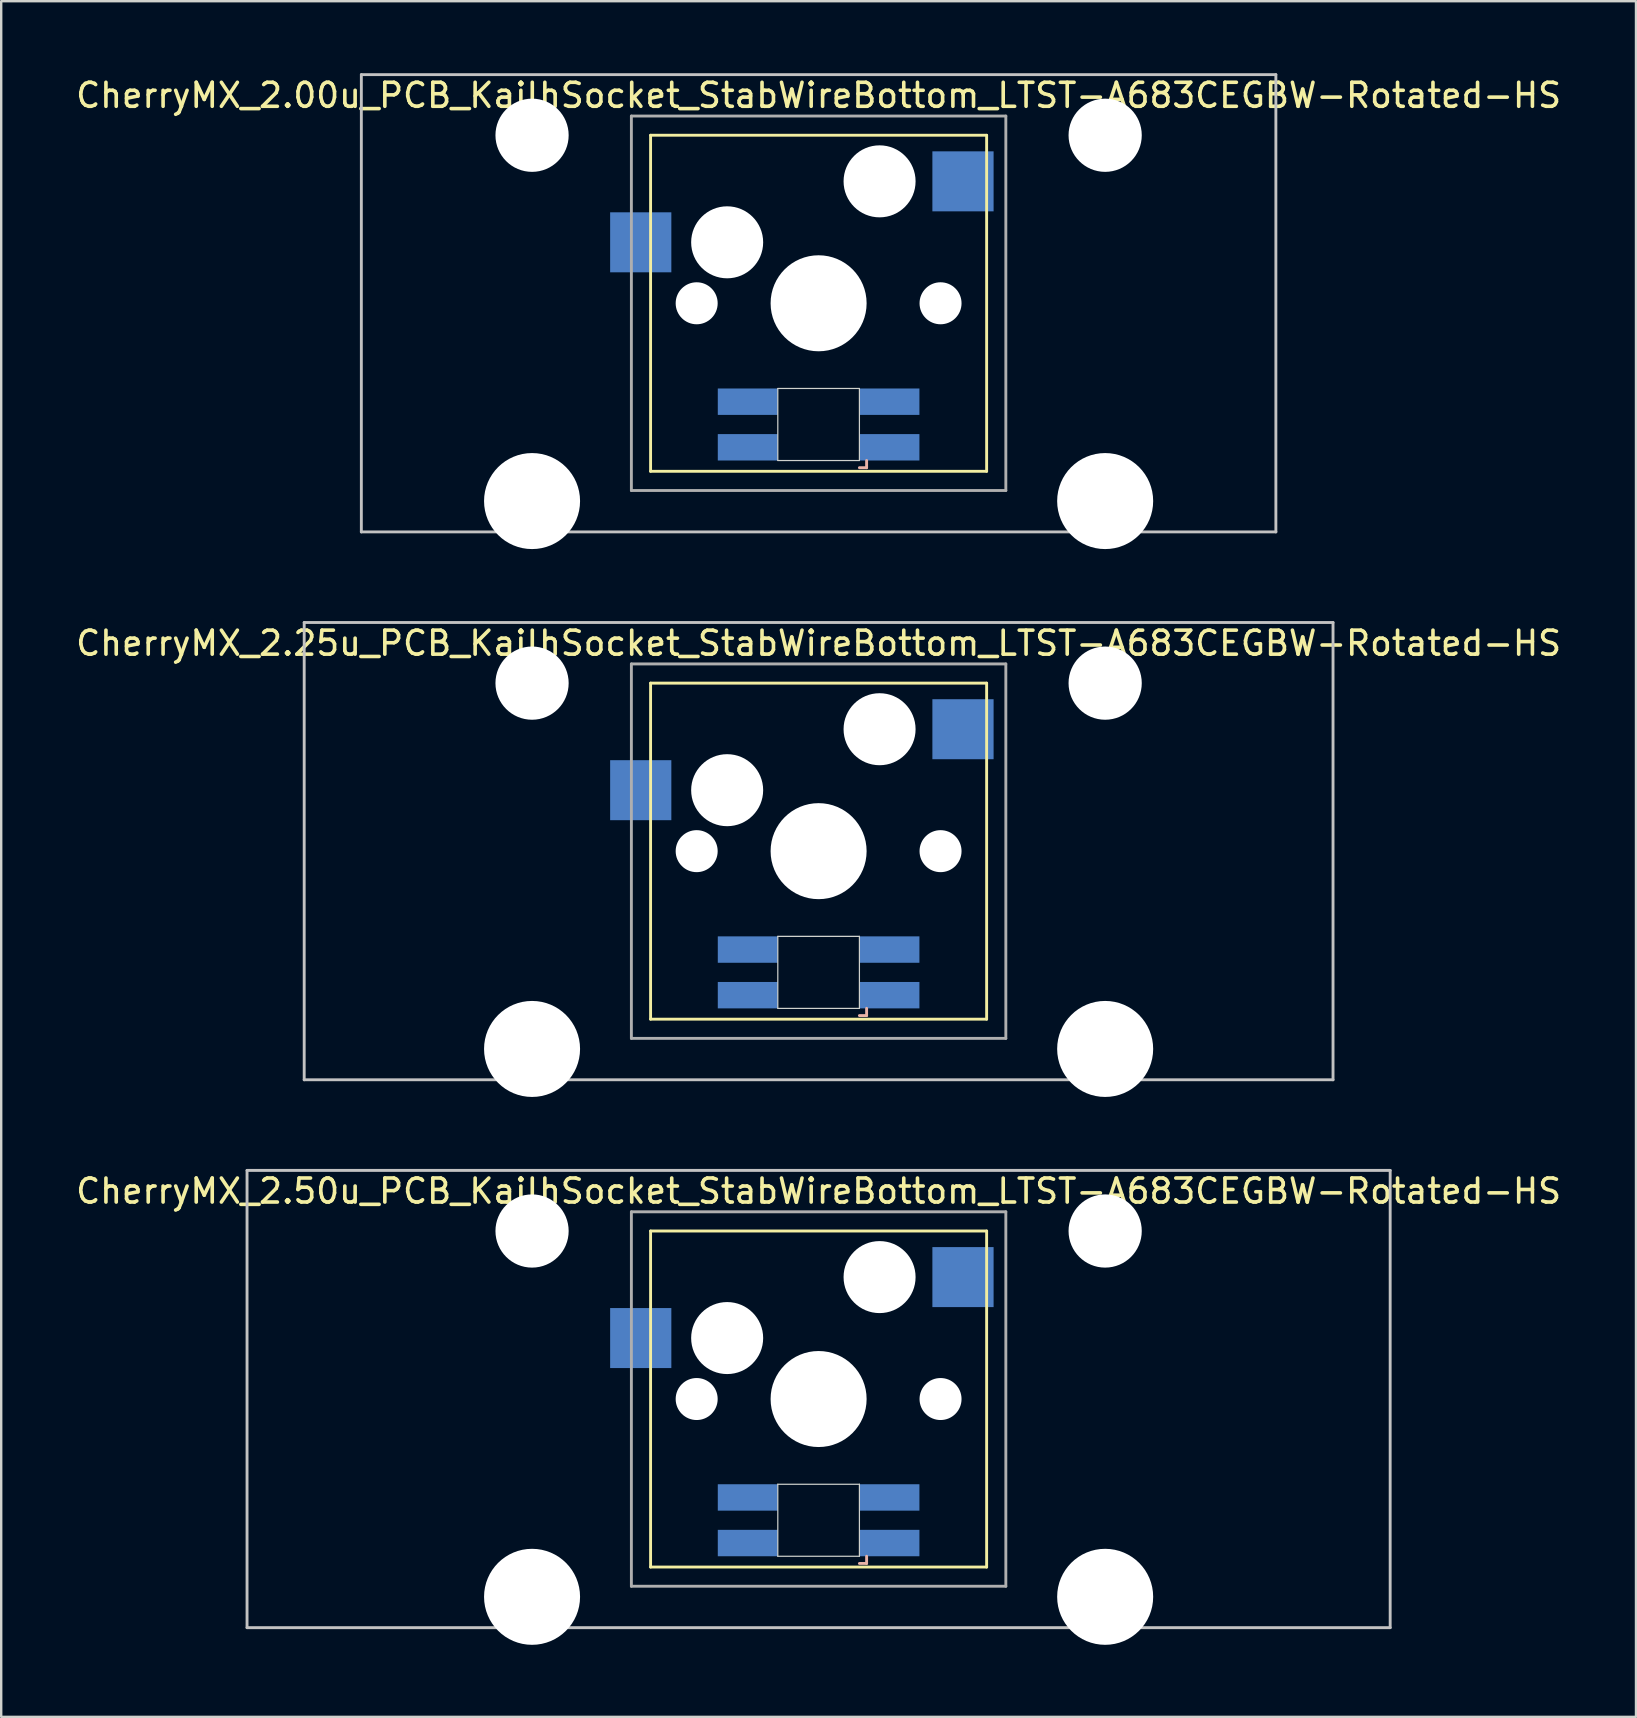
<source format=kicad_pcb>
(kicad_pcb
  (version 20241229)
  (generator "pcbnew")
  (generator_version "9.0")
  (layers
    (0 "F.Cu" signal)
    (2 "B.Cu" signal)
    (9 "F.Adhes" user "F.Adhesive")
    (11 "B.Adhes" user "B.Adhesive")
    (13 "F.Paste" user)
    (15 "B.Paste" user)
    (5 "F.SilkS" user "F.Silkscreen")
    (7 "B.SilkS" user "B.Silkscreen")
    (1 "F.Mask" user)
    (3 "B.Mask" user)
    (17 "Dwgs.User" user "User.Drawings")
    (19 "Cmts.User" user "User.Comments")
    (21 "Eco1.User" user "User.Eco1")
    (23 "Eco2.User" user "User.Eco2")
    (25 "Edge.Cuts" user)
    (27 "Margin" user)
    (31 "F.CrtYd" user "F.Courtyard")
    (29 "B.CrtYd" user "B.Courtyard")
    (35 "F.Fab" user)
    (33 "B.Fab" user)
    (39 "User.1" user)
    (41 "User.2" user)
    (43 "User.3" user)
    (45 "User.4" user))
  (footprint "CherryMX_2.25u_PCB_KailhSocket_StabWireBottom_LTST-A683CEGBW-Rotated-HS"
    (layer "F.Cu")
    (at 31.054 32.41)
    (property "Reference" "CherryMX_2.25u_PCB_KailhSocket_StabWireBottom_LTST-A683CEGBW-Rotated-HS" (at 0 -8.662 0) (layer "F.SilkS") (effects (font (size 1 1) (thickness 0.15))))
    (attr through_hole)
    (fp_line (start -7 -7) (end -7 7) (stroke (width 0.12) (type solid)) (layer "F.SilkS"))
    (fp_line (start -7 -7) (end 7 -7) (stroke (width 0.12) (type solid)) (layer "F.SilkS"))
    (fp_line (start 7 -7) (end 7 7) (stroke (width 0.12) (type solid)) (layer "F.SilkS"))
    (fp_line (start 7 7) (end -7 7) (stroke (width 0.12) (type solid)) (layer "F.SilkS"))
    (fp_line (start 1.7 6.85) (end 2 6.85) (stroke (width 0.12) (type solid)) (layer "B.SilkS"))
    (fp_line (start 2 6.85) (end 2 6.55) (stroke (width 0.12) (type solid)) (layer "B.SilkS"))
    (fp_line (start -21.431 -9.525) (end 21.431 -9.525) (stroke (width 0.12) (type solid)) (layer "Dwgs.User"))
    (fp_line (start -21.431 9.525) (end -21.431 -9.525) (stroke (width 0.12) (type solid)) (layer "Dwgs.User"))
    (fp_line (start 21.431 -9.525) (end 21.431 9.525) (stroke (width 0.12) (type solid)) (layer "Dwgs.User"))
    (fp_line (start 21.431 9.525) (end -21.431 9.525) (stroke (width 0.12) (type solid)) (layer "Dwgs.User"))
    (fp_line (start -1.7 3.55) (end 1.7 3.55) (stroke (width 0.05) (type solid)) (layer "Edge.Cuts"))
    (fp_line (start -1.7 6.55) (end -1.7 3.55) (stroke (width 0.05) (type solid)) (layer "Edge.Cuts"))
    (fp_line (start 1.7 3.55) (end 1.7 6.55) (stroke (width 0.05) (type solid)) (layer "Edge.Cuts"))
    (fp_line (start 1.7 6.55) (end -1.7 6.55) (stroke (width 0.05) (type solid)) (layer "Edge.Cuts"))
    (fp_line (start -7.8 -7.8) (end -7.8 7.8) (stroke (width 0.12) (type solid)) (layer "F.Fab"))
    (fp_line (start -7.8 -7.8) (end 7.8 -7.8) (stroke (width 0.12) (type solid)) (layer "F.Fab"))
    (fp_line (start -7.8 7.8) (end 7.8 7.8) (stroke (width 0.12) (type solid)) (layer "F.Fab"))
    (fp_line (start 7.8 -7.8) (end 7.8 7.8) (stroke (width 0.12) (type solid)) (layer "F.Fab"))
    (pad "" np_thru_hole circle (at -11.938 -7) (size 3.05 3.05) (drill 3.05) (layers "*.Cu" "*.Mask"))
    (pad "" np_thru_hole circle (at -11.938 8.24) (size 4 4) (drill 4) (layers "*.Cu" "*.Mask"))
    (pad "" np_thru_hole circle (at -5.08 0) (size 1.75 1.75) (drill 1.75) (layers "*.Cu" "*.Mask"))
    (pad "" np_thru_hole circle (at -3.81 -2.54) (size 3 3) (drill 3) (layers "*.Cu" "*.Mask"))
    (pad "" np_thru_hole circle (at 0 0) (size 4 4) (drill 4) (layers "*.Cu" "*.Mask"))
    (pad "" np_thru_hole circle (at 2.54 -5.08) (size 3 3) (drill 3) (layers "*.Cu" "*.Mask"))
    (pad "" np_thru_hole circle (at 5.08 0) (size 1.75 1.75) (drill 1.75) (layers "*.Cu" "*.Mask"))
    (pad "" np_thru_hole circle (at 11.938 -7) (size 3.05 3.05) (drill 3.05) (layers "*.Cu" "*.Mask"))
    (pad "" np_thru_hole circle (at 11.938 8.24) (size 4 4) (drill 4) (layers "*.Cu" "*.Mask"))
    (pad "1" smd rect (at -7.41 -2.54) (size 2.55 2.5) (layers "B.Cu" "B.Mask" "B.Paste"))
    (pad "2" smd rect (at 6.015 -5.08) (size 2.55 2.5) (layers "B.Cu" "B.Mask" "B.Paste"))
    (pad "3" smd rect (at 2.95 6) (size 2.5 1.1) (layers "B.Cu" "B.Mask" "B.Paste"))
    (pad "4" smd rect (at 2.95 4.1) (size 2.5 1.1) (layers "B.Cu" "B.Mask" "B.Paste"))
    (pad "5" smd rect (at -2.95 6) (size 2.5 1.1) (layers "B.Cu" "B.Mask" "B.Paste"))
    (pad "6" smd rect (at -2.95 4.1) (size 2.5 1.1) (layers "B.Cu" "B.Mask" "B.Paste")))
  (footprint "CherryMX_2.00u_PCB_KailhSocket_StabWireBottom_LTST-A683CEGBW-Rotated-HS"
    (layer "F.Cu")
    (at 31.054 9.585)
    (property "Reference" "CherryMX_2.00u_PCB_KailhSocket_StabWireBottom_LTST-A683CEGBW-Rotated-HS" (at 0 -8.662 0) (layer "F.SilkS") (effects (font (size 1 1) (thickness 0.15))))
    (attr through_hole)
    (fp_line (start -7 -7) (end -7 7) (stroke (width 0.12) (type solid)) (layer "F.SilkS"))
    (fp_line (start -7 -7) (end 7 -7) (stroke (width 0.12) (type solid)) (layer "F.SilkS"))
    (fp_line (start 7 -7) (end 7 7) (stroke (width 0.12) (type solid)) (layer "F.SilkS"))
    (fp_line (start 7 7) (end -7 7) (stroke (width 0.12) (type solid)) (layer "F.SilkS"))
    (fp_line (start 1.7 6.85) (end 2 6.85) (stroke (width 0.12) (type solid)) (layer "B.SilkS"))
    (fp_line (start 2 6.85) (end 2 6.55) (stroke (width 0.12) (type solid)) (layer "B.SilkS"))
    (fp_line (start -19.05 -9.525) (end 19.05 -9.525) (stroke (width 0.12) (type solid)) (layer "Dwgs.User"))
    (fp_line (start -19.05 9.525) (end -19.05 -9.525) (stroke (width 0.12) (type solid)) (layer "Dwgs.User"))
    (fp_line (start 19.05 -9.525) (end 19.05 9.525) (stroke (width 0.12) (type solid)) (layer "Dwgs.User"))
    (fp_line (start 19.05 9.525) (end -19.05 9.525) (stroke (width 0.12) (type solid)) (layer "Dwgs.User"))
    (fp_line (start -1.7 3.55) (end 1.7 3.55) (stroke (width 0.05) (type solid)) (layer "Edge.Cuts"))
    (fp_line (start -1.7 6.55) (end -1.7 3.55) (stroke (width 0.05) (type solid)) (layer "Edge.Cuts"))
    (fp_line (start 1.7 3.55) (end 1.7 6.55) (stroke (width 0.05) (type solid)) (layer "Edge.Cuts"))
    (fp_line (start 1.7 6.55) (end -1.7 6.55) (stroke (width 0.05) (type solid)) (layer "Edge.Cuts"))
    (fp_line (start -7.8 -7.8) (end -7.8 7.8) (stroke (width 0.12) (type solid)) (layer "F.Fab"))
    (fp_line (start -7.8 -7.8) (end 7.8 -7.8) (stroke (width 0.12) (type solid)) (layer "F.Fab"))
    (fp_line (start -7.8 7.8) (end 7.8 7.8) (stroke (width 0.12) (type solid)) (layer "F.Fab"))
    (fp_line (start 7.8 -7.8) (end 7.8 7.8) (stroke (width 0.12) (type solid)) (layer "F.Fab"))
    (pad "" np_thru_hole circle (at -11.938 -7) (size 3.05 3.05) (drill 3.05) (layers "*.Cu" "*.Mask"))
    (pad "" np_thru_hole circle (at -11.938 8.24) (size 4 4) (drill 4) (layers "*.Cu" "*.Mask"))
    (pad "" np_thru_hole circle (at -5.08 0) (size 1.75 1.75) (drill 1.75) (layers "*.Cu" "*.Mask"))
    (pad "" np_thru_hole circle (at -3.81 -2.54) (size 3 3) (drill 3) (layers "*.Cu" "*.Mask"))
    (pad "" np_thru_hole circle (at 0 0) (size 4 4) (drill 4) (layers "*.Cu" "*.Mask"))
    (pad "" np_thru_hole circle (at 2.54 -5.08) (size 3 3) (drill 3) (layers "*.Cu" "*.Mask"))
    (pad "" np_thru_hole circle (at 5.08 0) (size 1.75 1.75) (drill 1.75) (layers "*.Cu" "*.Mask"))
    (pad "" np_thru_hole circle (at 11.938 -7) (size 3.05 3.05) (drill 3.05) (layers "*.Cu" "*.Mask"))
    (pad "" np_thru_hole circle (at 11.938 8.24) (size 4 4) (drill 4) (layers "*.Cu" "*.Mask"))
    (pad "1" smd rect (at -7.41 -2.54) (size 2.55 2.5) (layers "B.Cu" "B.Mask" "B.Paste"))
    (pad "2" smd rect (at 6.015 -5.08) (size 2.55 2.5) (layers "B.Cu" "B.Mask" "B.Paste"))
    (pad "3" smd rect (at 2.95 6) (size 2.5 1.1) (layers "B.Cu" "B.Mask" "B.Paste"))
    (pad "4" smd rect (at 2.95 4.1) (size 2.5 1.1) (layers "B.Cu" "B.Mask" "B.Paste"))
    (pad "5" smd rect (at -2.95 6) (size 2.5 1.1) (layers "B.Cu" "B.Mask" "B.Paste"))
    (pad "6" smd rect (at -2.95 4.1) (size 2.5 1.1) (layers "B.Cu" "B.Mask" "B.Paste")))
  (footprint "CherryMX_2.50u_PCB_KailhSocket_StabWireBottom_LTST-A683CEGBW-Rotated-HS"
    (layer "F.Cu")
    (at 31.054 55.235)
    (property "Reference" "CherryMX_2.50u_PCB_KailhSocket_StabWireBottom_LTST-A683CEGBW-Rotated-HS" (at 0 -8.662 0) (layer "F.SilkS") (effects (font (size 1 1) (thickness 0.15))))
    (attr through_hole)
    (fp_line (start -7 -7) (end -7 7) (stroke (width 0.12) (type solid)) (layer "F.SilkS"))
    (fp_line (start -7 -7) (end 7 -7) (stroke (width 0.12) (type solid)) (layer "F.SilkS"))
    (fp_line (start 7 -7) (end 7 7) (stroke (width 0.12) (type solid)) (layer "F.SilkS"))
    (fp_line (start 7 7) (end -7 7) (stroke (width 0.12) (type solid)) (layer "F.SilkS"))
    (fp_line (start 1.7 6.85) (end 2 6.85) (stroke (width 0.12) (type solid)) (layer "B.SilkS"))
    (fp_line (start 2 6.85) (end 2 6.55) (stroke (width 0.12) (type solid)) (layer "B.SilkS"))
    (fp_line (start -23.812 -9.525) (end 23.812 -9.525) (stroke (width 0.12) (type solid)) (layer "Dwgs.User"))
    (fp_line (start -23.812 9.525) (end -23.812 -9.525) (stroke (width 0.12) (type solid)) (layer "Dwgs.User"))
    (fp_line (start 23.812 -9.525) (end 23.812 9.525) (stroke (width 0.12) (type solid)) (layer "Dwgs.User"))
    (fp_line (start 23.812 9.525) (end -23.812 9.525) (stroke (width 0.12) (type solid)) (layer "Dwgs.User"))
    (fp_line (start -1.7 3.55) (end 1.7 3.55) (stroke (width 0.05) (type solid)) (layer "Edge.Cuts"))
    (fp_line (start -1.7 6.55) (end -1.7 3.55) (stroke (width 0.05) (type solid)) (layer "Edge.Cuts"))
    (fp_line (start 1.7 3.55) (end 1.7 6.55) (stroke (width 0.05) (type solid)) (layer "Edge.Cuts"))
    (fp_line (start 1.7 6.55) (end -1.7 6.55) (stroke (width 0.05) (type solid)) (layer "Edge.Cuts"))
    (fp_line (start -7.8 -7.8) (end -7.8 7.8) (stroke (width 0.12) (type solid)) (layer "F.Fab"))
    (fp_line (start -7.8 -7.8) (end 7.8 -7.8) (stroke (width 0.12) (type solid)) (layer "F.Fab"))
    (fp_line (start -7.8 7.8) (end 7.8 7.8) (stroke (width 0.12) (type solid)) (layer "F.Fab"))
    (fp_line (start 7.8 -7.8) (end 7.8 7.8) (stroke (width 0.12) (type solid)) (layer "F.Fab"))
    (pad "" np_thru_hole circle (at -11.938 -7) (size 3.05 3.05) (drill 3.05) (layers "*.Cu" "*.Mask"))
    (pad "" np_thru_hole circle (at -11.938 8.24) (size 4 4) (drill 4) (layers "*.Cu" "*.Mask"))
    (pad "" np_thru_hole circle (at -5.08 0) (size 1.75 1.75) (drill 1.75) (layers "*.Cu" "*.Mask"))
    (pad "" np_thru_hole circle (at -3.81 -2.54) (size 3 3) (drill 3) (layers "*.Cu" "*.Mask"))
    (pad "" np_thru_hole circle (at 0 0) (size 4 4) (drill 4) (layers "*.Cu" "*.Mask"))
    (pad "" np_thru_hole circle (at 2.54 -5.08) (size 3 3) (drill 3) (layers "*.Cu" "*.Mask"))
    (pad "" np_thru_hole circle (at 5.08 0) (size 1.75 1.75) (drill 1.75) (layers "*.Cu" "*.Mask"))
    (pad "" np_thru_hole circle (at 11.938 -7) (size 3.05 3.05) (drill 3.05) (layers "*.Cu" "*.Mask"))
    (pad "" np_thru_hole circle (at 11.938 8.24) (size 4 4) (drill 4) (layers "*.Cu" "*.Mask"))
    (pad "1" smd rect (at -7.41 -2.54) (size 2.55 2.5) (layers "B.Cu" "B.Mask" "B.Paste"))
    (pad "2" smd rect (at 6.015 -5.08) (size 2.55 2.5) (layers "B.Cu" "B.Mask" "B.Paste"))
    (pad "3" smd rect (at 2.95 6) (size 2.5 1.1) (layers "B.Cu" "B.Mask" "B.Paste"))
    (pad "4" smd rect (at 2.95 4.1) (size 2.5 1.1) (layers "B.Cu" "B.Mask" "B.Paste"))
    (pad "5" smd rect (at -2.95 6) (size 2.5 1.1) (layers "B.Cu" "B.Mask" "B.Paste"))
    (pad "6" smd rect (at -2.95 4.1) (size 2.5 1.1) (layers "B.Cu" "B.Mask" "B.Paste")))
  (gr_rect
    (start -3 -3)
    (end 65.107 68.475)
    (stroke (width 0.1) (type default))
    (fill no)
    (layer "Edge.Cuts")))
</source>
